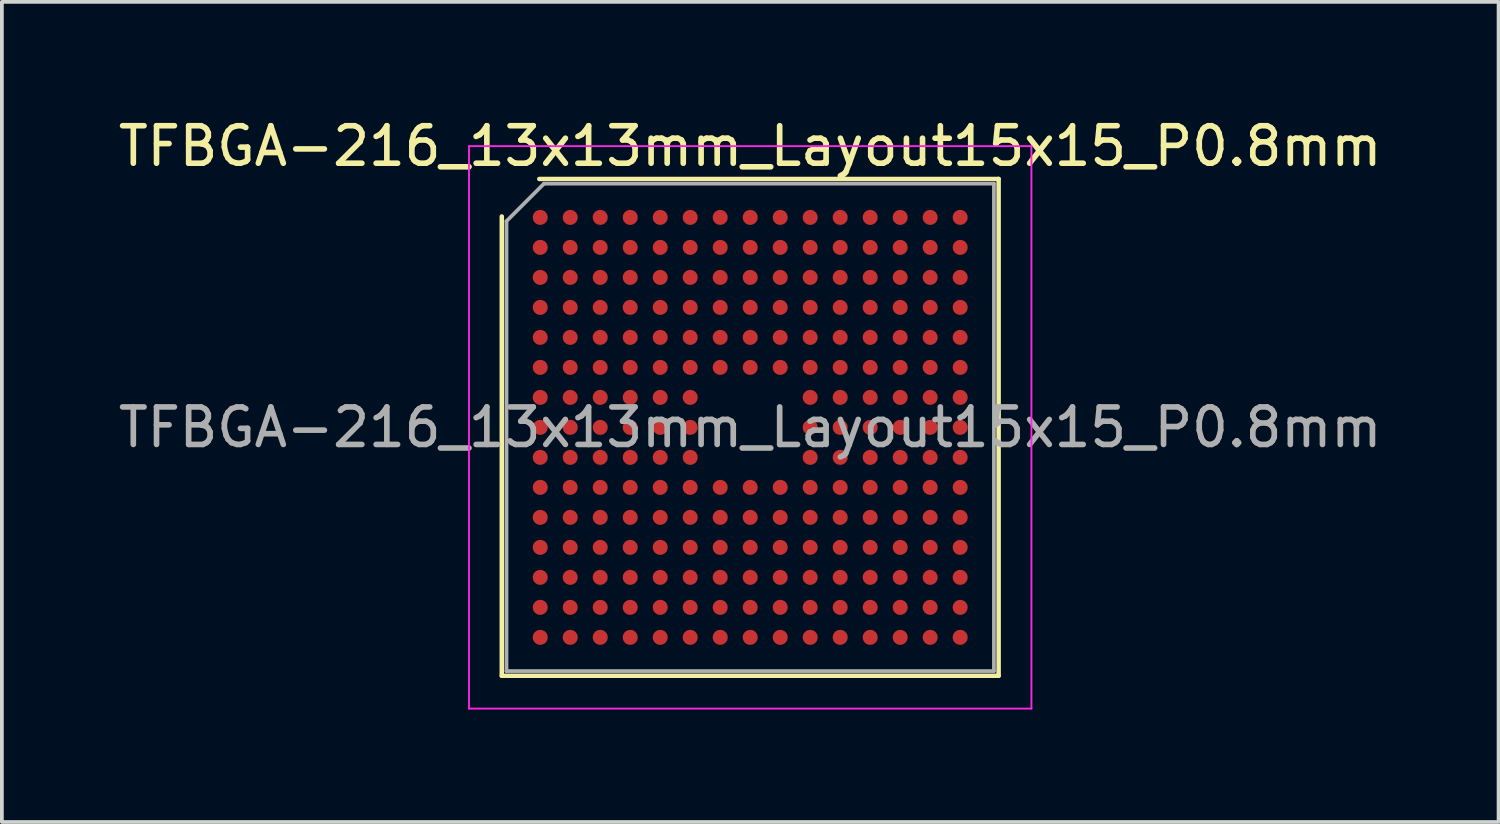
<source format=kicad_pcb>
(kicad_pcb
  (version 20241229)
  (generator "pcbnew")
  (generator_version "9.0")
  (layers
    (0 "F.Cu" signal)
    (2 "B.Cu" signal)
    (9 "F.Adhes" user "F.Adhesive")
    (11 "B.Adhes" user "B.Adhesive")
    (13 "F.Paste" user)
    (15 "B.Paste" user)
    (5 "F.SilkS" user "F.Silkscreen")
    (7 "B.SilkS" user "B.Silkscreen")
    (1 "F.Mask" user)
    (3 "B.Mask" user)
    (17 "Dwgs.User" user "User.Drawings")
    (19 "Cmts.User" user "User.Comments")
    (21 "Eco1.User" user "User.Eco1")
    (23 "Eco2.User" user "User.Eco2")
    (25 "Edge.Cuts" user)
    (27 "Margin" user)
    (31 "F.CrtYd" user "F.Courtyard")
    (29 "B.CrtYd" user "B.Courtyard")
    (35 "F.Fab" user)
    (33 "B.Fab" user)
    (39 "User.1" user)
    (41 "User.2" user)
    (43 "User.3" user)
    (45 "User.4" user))
  (footprint "TFBGA-216_13x13mm_Layout15x15_P0.8mm"
    (layer "F.Cu")
    (at 16.958 8.348)
    (property "Reference" "TFBGA-216_13x13mm_Layout15x15_P0.8mm" (at 0 -7.5 0) (layer "F.SilkS") (effects (font (size 1 1) (thickness 0.15))))
    (attr smd)
    (fp_line (start -6.625 6.625) (end -6.625 -5.625) (stroke (width 0.12) (type solid)) (layer "F.SilkS"))
    (fp_line (start -5.625 -6.625) (end 6.625 -6.625) (stroke (width 0.12) (type solid)) (layer "F.SilkS"))
    (fp_line (start 6.625 -6.625) (end 6.625 6.625) (stroke (width 0.12) (type solid)) (layer "F.SilkS"))
    (fp_line (start 6.625 6.625) (end -6.625 6.625) (stroke (width 0.12) (type solid)) (layer "F.SilkS"))
    (fp_line (start -7.5 -7.5) (end -7.5 7.5) (stroke (width 0.05) (type solid)) (layer "F.CrtYd"))
    (fp_line (start -7.5 7.5) (end 7.5 7.5) (stroke (width 0.05) (type solid)) (layer "F.CrtYd"))
    (fp_line (start 7.5 -7.5) (end -7.5 -7.5) (stroke (width 0.05) (type solid)) (layer "F.CrtYd"))
    (fp_line (start 7.5 7.5) (end 7.5 -7.5) (stroke (width 0.05) (type solid)) (layer "F.CrtYd"))
    (fp_line (start -6.5 -5.5) (end -5.5 -6.5) (stroke (width 0.1) (type solid)) (layer "F.Fab"))
    (fp_line (start -6.5 6.5) (end -6.5 -5.5) (stroke (width 0.1) (type solid)) (layer "F.Fab"))
    (fp_line (start -5.5 -6.5) (end 6.5 -6.5) (stroke (width 0.1) (type solid)) (layer "F.Fab"))
    (fp_line (start 6.5 -6.5) (end 6.5 6.5) (stroke (width 0.1) (type solid)) (layer "F.Fab"))
    (fp_line (start 6.5 6.5) (end -6.5 6.5) (stroke (width 0.1) (type solid)) (layer "F.Fab"))
    (fp_text user "${REFERENCE}" (at 0 0 0) (layer "F.Fab") (effects (font (size 1 1) (thickness 0.15))))
    (pad "A1" smd circle (at -5.6 -5.6) (size 0.4 0.4) (layers "F.Cu" "F.Mask" "F.Paste"))
    (pad "A2" smd circle (at -4.8 -5.6) (size 0.4 0.4) (layers "F.Cu" "F.Mask" "F.Paste"))
    (pad "A3" smd circle (at -4 -5.6) (size 0.4 0.4) (layers "F.Cu" "F.Mask" "F.Paste"))
    (pad "A4" smd circle (at -3.2 -5.6) (size 0.4 0.4) (layers "F.Cu" "F.Mask" "F.Paste"))
    (pad "A5" smd circle (at -2.4 -5.6) (size 0.4 0.4) (layers "F.Cu" "F.Mask" "F.Paste"))
    (pad "A6" smd circle (at -1.6 -5.6) (size 0.4 0.4) (layers "F.Cu" "F.Mask" "F.Paste"))
    (pad "A7" smd circle (at -0.8 -5.6) (size 0.4 0.4) (layers "F.Cu" "F.Mask" "F.Paste"))
    (pad "A8" smd circle (at 0 -5.6) (size 0.4 0.4) (layers "F.Cu" "F.Mask" "F.Paste"))
    (pad "A9" smd circle (at 0.8 -5.6) (size 0.4 0.4) (layers "F.Cu" "F.Mask" "F.Paste"))
    (pad "A10" smd circle (at 1.6 -5.6) (size 0.4 0.4) (layers "F.Cu" "F.Mask" "F.Paste"))
    (pad "A11" smd circle (at 2.4 -5.6) (size 0.4 0.4) (layers "F.Cu" "F.Mask" "F.Paste"))
    (pad "A12" smd circle (at 3.2 -5.6) (size 0.4 0.4) (layers "F.Cu" "F.Mask" "F.Paste"))
    (pad "A13" smd circle (at 4 -5.6) (size 0.4 0.4) (layers "F.Cu" "F.Mask" "F.Paste"))
    (pad "A14" smd circle (at 4.8 -5.6) (size 0.4 0.4) (layers "F.Cu" "F.Mask" "F.Paste"))
    (pad "A15" smd circle (at 5.6 -5.6) (size 0.4 0.4) (layers "F.Cu" "F.Mask" "F.Paste"))
    (pad "B1" smd circle (at -5.6 -4.8) (size 0.4 0.4) (layers "F.Cu" "F.Mask" "F.Paste"))
    (pad "B2" smd circle (at -4.8 -4.8) (size 0.4 0.4) (layers "F.Cu" "F.Mask" "F.Paste"))
    (pad "B3" smd circle (at -4 -4.8) (size 0.4 0.4) (layers "F.Cu" "F.Mask" "F.Paste"))
    (pad "B4" smd circle (at -3.2 -4.8) (size 0.4 0.4) (layers "F.Cu" "F.Mask" "F.Paste"))
    (pad "B5" smd circle (at -2.4 -4.8) (size 0.4 0.4) (layers "F.Cu" "F.Mask" "F.Paste"))
    (pad "B6" smd circle (at -1.6 -4.8) (size 0.4 0.4) (layers "F.Cu" "F.Mask" "F.Paste"))
    (pad "B7" smd circle (at -0.8 -4.8) (size 0.4 0.4) (layers "F.Cu" "F.Mask" "F.Paste"))
    (pad "B8" smd circle (at 0 -4.8) (size 0.4 0.4) (layers "F.Cu" "F.Mask" "F.Paste"))
    (pad "B9" smd circle (at 0.8 -4.8) (size 0.4 0.4) (layers "F.Cu" "F.Mask" "F.Paste"))
    (pad "B10" smd circle (at 1.6 -4.8) (size 0.4 0.4) (layers "F.Cu" "F.Mask" "F.Paste"))
    (pad "B11" smd circle (at 2.4 -4.8) (size 0.4 0.4) (layers "F.Cu" "F.Mask" "F.Paste"))
    (pad "B12" smd circle (at 3.2 -4.8) (size 0.4 0.4) (layers "F.Cu" "F.Mask" "F.Paste"))
    (pad "B13" smd circle (at 4 -4.8) (size 0.4 0.4) (layers "F.Cu" "F.Mask" "F.Paste"))
    (pad "B14" smd circle (at 4.8 -4.8) (size 0.4 0.4) (layers "F.Cu" "F.Mask" "F.Paste"))
    (pad "B15" smd circle (at 5.6 -4.8) (size 0.4 0.4) (layers "F.Cu" "F.Mask" "F.Paste"))
    (pad "C1" smd circle (at -5.6 -4) (size 0.4 0.4) (layers "F.Cu" "F.Mask" "F.Paste"))
    (pad "C2" smd circle (at -4.8 -4) (size 0.4 0.4) (layers "F.Cu" "F.Mask" "F.Paste"))
    (pad "C3" smd circle (at -4 -4) (size 0.4 0.4) (layers "F.Cu" "F.Mask" "F.Paste"))
    (pad "C4" smd circle (at -3.2 -4) (size 0.4 0.4) (layers "F.Cu" "F.Mask" "F.Paste"))
    (pad "C5" smd circle (at -2.4 -4) (size 0.4 0.4) (layers "F.Cu" "F.Mask" "F.Paste"))
    (pad "C6" smd circle (at -1.6 -4) (size 0.4 0.4) (layers "F.Cu" "F.Mask" "F.Paste"))
    (pad "C7" smd circle (at -0.8 -4) (size 0.4 0.4) (layers "F.Cu" "F.Mask" "F.Paste"))
    (pad "C8" smd circle (at 0 -4) (size 0.4 0.4) (layers "F.Cu" "F.Mask" "F.Paste"))
    (pad "C9" smd circle (at 0.8 -4) (size 0.4 0.4) (layers "F.Cu" "F.Mask" "F.Paste"))
    (pad "C10" smd circle (at 1.6 -4) (size 0.4 0.4) (layers "F.Cu" "F.Mask" "F.Paste"))
    (pad "C11" smd circle (at 2.4 -4) (size 0.4 0.4) (layers "F.Cu" "F.Mask" "F.Paste"))
    (pad "C12" smd circle (at 3.2 -4) (size 0.4 0.4) (layers "F.Cu" "F.Mask" "F.Paste"))
    (pad "C13" smd circle (at 4 -4) (size 0.4 0.4) (layers "F.Cu" "F.Mask" "F.Paste"))
    (pad "C14" smd circle (at 4.8 -4) (size 0.4 0.4) (layers "F.Cu" "F.Mask" "F.Paste"))
    (pad "C15" smd circle (at 5.6 -4) (size 0.4 0.4) (layers "F.Cu" "F.Mask" "F.Paste"))
    (pad "D1" smd circle (at -5.6 -3.2) (size 0.4 0.4) (layers "F.Cu" "F.Mask" "F.Paste"))
    (pad "D2" smd circle (at -4.8 -3.2) (size 0.4 0.4) (layers "F.Cu" "F.Mask" "F.Paste"))
    (pad "D3" smd circle (at -4 -3.2) (size 0.4 0.4) (layers "F.Cu" "F.Mask" "F.Paste"))
    (pad "D4" smd circle (at -3.2 -3.2) (size 0.4 0.4) (layers "F.Cu" "F.Mask" "F.Paste"))
    (pad "D5" smd circle (at -2.4 -3.2) (size 0.4 0.4) (layers "F.Cu" "F.Mask" "F.Paste"))
    (pad "D6" smd circle (at -1.6 -3.2) (size 0.4 0.4) (layers "F.Cu" "F.Mask" "F.Paste"))
    (pad "D7" smd circle (at -0.8 -3.2) (size 0.4 0.4) (layers "F.Cu" "F.Mask" "F.Paste"))
    (pad "D8" smd circle (at 0 -3.2) (size 0.4 0.4) (layers "F.Cu" "F.Mask" "F.Paste"))
    (pad "D9" smd circle (at 0.8 -3.2) (size 0.4 0.4) (layers "F.Cu" "F.Mask" "F.Paste"))
    (pad "D10" smd circle (at 1.6 -3.2) (size 0.4 0.4) (layers "F.Cu" "F.Mask" "F.Paste"))
    (pad "D11" smd circle (at 2.4 -3.2) (size 0.4 0.4) (layers "F.Cu" "F.Mask" "F.Paste"))
    (pad "D12" smd circle (at 3.2 -3.2) (size 0.4 0.4) (layers "F.Cu" "F.Mask" "F.Paste"))
    (pad "D13" smd circle (at 4 -3.2) (size 0.4 0.4) (layers "F.Cu" "F.Mask" "F.Paste"))
    (pad "D14" smd circle (at 4.8 -3.2) (size 0.4 0.4) (layers "F.Cu" "F.Mask" "F.Paste"))
    (pad "D15" smd circle (at 5.6 -3.2) (size 0.4 0.4) (layers "F.Cu" "F.Mask" "F.Paste"))
    (pad "E1" smd circle (at -5.6 -2.4) (size 0.4 0.4) (layers "F.Cu" "F.Mask" "F.Paste"))
    (pad "E2" smd circle (at -4.8 -2.4) (size 0.4 0.4) (layers "F.Cu" "F.Mask" "F.Paste"))
    (pad "E3" smd circle (at -4 -2.4) (size 0.4 0.4) (layers "F.Cu" "F.Mask" "F.Paste"))
    (pad "E4" smd circle (at -3.2 -2.4) (size 0.4 0.4) (layers "F.Cu" "F.Mask" "F.Paste"))
    (pad "E5" smd circle (at -2.4 -2.4) (size 0.4 0.4) (layers "F.Cu" "F.Mask" "F.Paste"))
    (pad "E6" smd circle (at -1.6 -2.4) (size 0.4 0.4) (layers "F.Cu" "F.Mask" "F.Paste"))
    (pad "E7" smd circle (at -0.8 -2.4) (size 0.4 0.4) (layers "F.Cu" "F.Mask" "F.Paste"))
    (pad "E8" smd circle (at 0 -2.4) (size 0.4 0.4) (layers "F.Cu" "F.Mask" "F.Paste"))
    (pad "E9" smd circle (at 0.8 -2.4) (size 0.4 0.4) (layers "F.Cu" "F.Mask" "F.Paste"))
    (pad "E10" smd circle (at 1.6 -2.4) (size 0.4 0.4) (layers "F.Cu" "F.Mask" "F.Paste"))
    (pad "E11" smd circle (at 2.4 -2.4) (size 0.4 0.4) (layers "F.Cu" "F.Mask" "F.Paste"))
    (pad "E12" smd circle (at 3.2 -2.4) (size 0.4 0.4) (layers "F.Cu" "F.Mask" "F.Paste"))
    (pad "E13" smd circle (at 4 -2.4) (size 0.4 0.4) (layers "F.Cu" "F.Mask" "F.Paste"))
    (pad "E14" smd circle (at 4.8 -2.4) (size 0.4 0.4) (layers "F.Cu" "F.Mask" "F.Paste"))
    (pad "E15" smd circle (at 5.6 -2.4) (size 0.4 0.4) (layers "F.Cu" "F.Mask" "F.Paste"))
    (pad "F1" smd circle (at -5.6 -1.6) (size 0.4 0.4) (layers "F.Cu" "F.Mask" "F.Paste"))
    (pad "F2" smd circle (at -4.8 -1.6) (size 0.4 0.4) (layers "F.Cu" "F.Mask" "F.Paste"))
    (pad "F3" smd circle (at -4 -1.6) (size 0.4 0.4) (layers "F.Cu" "F.Mask" "F.Paste"))
    (pad "F4" smd circle (at -3.2 -1.6) (size 0.4 0.4) (layers "F.Cu" "F.Mask" "F.Paste"))
    (pad "F5" smd circle (at -2.4 -1.6) (size 0.4 0.4) (layers "F.Cu" "F.Mask" "F.Paste"))
    (pad "F6" smd circle (at -1.6 -1.6) (size 0.4 0.4) (layers "F.Cu" "F.Mask" "F.Paste"))
    (pad "F7" smd circle (at -0.8 -1.6) (size 0.4 0.4) (layers "F.Cu" "F.Mask" "F.Paste"))
    (pad "F8" smd circle (at 0 -1.6) (size 0.4 0.4) (layers "F.Cu" "F.Mask" "F.Paste"))
    (pad "F9" smd circle (at 0.8 -1.6) (size 0.4 0.4) (layers "F.Cu" "F.Mask" "F.Paste"))
    (pad "F10" smd circle (at 1.6 -1.6) (size 0.4 0.4) (layers "F.Cu" "F.Mask" "F.Paste"))
    (pad "F11" smd circle (at 2.4 -1.6) (size 0.4 0.4) (layers "F.Cu" "F.Mask" "F.Paste"))
    (pad "F12" smd circle (at 3.2 -1.6) (size 0.4 0.4) (layers "F.Cu" "F.Mask" "F.Paste"))
    (pad "F13" smd circle (at 4 -1.6) (size 0.4 0.4) (layers "F.Cu" "F.Mask" "F.Paste"))
    (pad "F14" smd circle (at 4.8 -1.6) (size 0.4 0.4) (layers "F.Cu" "F.Mask" "F.Paste"))
    (pad "F15" smd circle (at 5.6 -1.6) (size 0.4 0.4) (layers "F.Cu" "F.Mask" "F.Paste"))
    (pad "G1" smd circle (at -5.6 -0.8) (size 0.4 0.4) (layers "F.Cu" "F.Mask" "F.Paste"))
    (pad "G2" smd circle (at -4.8 -0.8) (size 0.4 0.4) (layers "F.Cu" "F.Mask" "F.Paste"))
    (pad "G3" smd circle (at -4 -0.8) (size 0.4 0.4) (layers "F.Cu" "F.Mask" "F.Paste"))
    (pad "G4" smd circle (at -3.2 -0.8) (size 0.4 0.4) (layers "F.Cu" "F.Mask" "F.Paste"))
    (pad "G5" smd circle (at -2.4 -0.8) (size 0.4 0.4) (layers "F.Cu" "F.Mask" "F.Paste"))
    (pad "G6" smd circle (at -1.6 -0.8) (size 0.4 0.4) (layers "F.Cu" "F.Mask" "F.Paste"))
    (pad "G10" smd circle (at 1.6 -0.8) (size 0.4 0.4) (layers "F.Cu" "F.Mask" "F.Paste"))
    (pad "G11" smd circle (at 2.4 -0.8) (size 0.4 0.4) (layers "F.Cu" "F.Mask" "F.Paste"))
    (pad "G12" smd circle (at 3.2 -0.8) (size 0.4 0.4) (layers "F.Cu" "F.Mask" "F.Paste"))
    (pad "G13" smd circle (at 4 -0.8) (size 0.4 0.4) (layers "F.Cu" "F.Mask" "F.Paste"))
    (pad "G14" smd circle (at 4.8 -0.8) (size 0.4 0.4) (layers "F.Cu" "F.Mask" "F.Paste"))
    (pad "G15" smd circle (at 5.6 -0.8) (size 0.4 0.4) (layers "F.Cu" "F.Mask" "F.Paste"))
    (pad "H1" smd circle (at -5.6 0) (size 0.4 0.4) (layers "F.Cu" "F.Mask" "F.Paste"))
    (pad "H2" smd circle (at -4.8 0) (size 0.4 0.4) (layers "F.Cu" "F.Mask" "F.Paste"))
    (pad "H3" smd circle (at -4 0) (size 0.4 0.4) (layers "F.Cu" "F.Mask" "F.Paste"))
    (pad "H4" smd circle (at -3.2 0) (size 0.4 0.4) (layers "F.Cu" "F.Mask" "F.Paste"))
    (pad "H5" smd circle (at -2.4 0) (size 0.4 0.4) (layers "F.Cu" "F.Mask" "F.Paste"))
    (pad "H6" smd circle (at -1.6 0) (size 0.4 0.4) (layers "F.Cu" "F.Mask" "F.Paste"))
    (pad "H10" smd circle (at 1.6 0) (size 0.4 0.4) (layers "F.Cu" "F.Mask" "F.Paste"))
    (pad "H11" smd circle (at 2.4 0) (size 0.4 0.4) (layers "F.Cu" "F.Mask" "F.Paste"))
    (pad "H12" smd circle (at 3.2 0) (size 0.4 0.4) (layers "F.Cu" "F.Mask" "F.Paste"))
    (pad "H13" smd circle (at 4 0) (size 0.4 0.4) (layers "F.Cu" "F.Mask" "F.Paste"))
    (pad "H14" smd circle (at 4.8 0) (size 0.4 0.4) (layers "F.Cu" "F.Mask" "F.Paste"))
    (pad "H15" smd circle (at 5.6 0) (size 0.4 0.4) (layers "F.Cu" "F.Mask" "F.Paste"))
    (pad "J1" smd circle (at -5.6 0.8) (size 0.4 0.4) (layers "F.Cu" "F.Mask" "F.Paste"))
    (pad "J2" smd circle (at -4.8 0.8) (size 0.4 0.4) (layers "F.Cu" "F.Mask" "F.Paste"))
    (pad "J3" smd circle (at -4 0.8) (size 0.4 0.4) (layers "F.Cu" "F.Mask" "F.Paste"))
    (pad "J4" smd circle (at -3.2 0.8) (size 0.4 0.4) (layers "F.Cu" "F.Mask" "F.Paste"))
    (pad "J5" smd circle (at -2.4 0.8) (size 0.4 0.4) (layers "F.Cu" "F.Mask" "F.Paste"))
    (pad "J6" smd circle (at -1.6 0.8) (size 0.4 0.4) (layers "F.Cu" "F.Mask" "F.Paste"))
    (pad "J10" smd circle (at 1.6 0.8) (size 0.4 0.4) (layers "F.Cu" "F.Mask" "F.Paste"))
    (pad "J11" smd circle (at 2.4 0.8) (size 0.4 0.4) (layers "F.Cu" "F.Mask" "F.Paste"))
    (pad "J12" smd circle (at 3.2 0.8) (size 0.4 0.4) (layers "F.Cu" "F.Mask" "F.Paste"))
    (pad "J13" smd circle (at 4 0.8) (size 0.4 0.4) (layers "F.Cu" "F.Mask" "F.Paste"))
    (pad "J14" smd circle (at 4.8 0.8) (size 0.4 0.4) (layers "F.Cu" "F.Mask" "F.Paste"))
    (pad "J15" smd circle (at 5.6 0.8) (size 0.4 0.4) (layers "F.Cu" "F.Mask" "F.Paste"))
    (pad "K1" smd circle (at -5.6 1.6) (size 0.4 0.4) (layers "F.Cu" "F.Mask" "F.Paste"))
    (pad "K2" smd circle (at -4.8 1.6) (size 0.4 0.4) (layers "F.Cu" "F.Mask" "F.Paste"))
    (pad "K3" smd circle (at -4 1.6) (size 0.4 0.4) (layers "F.Cu" "F.Mask" "F.Paste"))
    (pad "K4" smd circle (at -3.2 1.6) (size 0.4 0.4) (layers "F.Cu" "F.Mask" "F.Paste"))
    (pad "K5" smd circle (at -2.4 1.6) (size 0.4 0.4) (layers "F.Cu" "F.Mask" "F.Paste"))
    (pad "K6" smd circle (at -1.6 1.6) (size 0.4 0.4) (layers "F.Cu" "F.Mask" "F.Paste"))
    (pad "K7" smd circle (at -0.8 1.6) (size 0.4 0.4) (layers "F.Cu" "F.Mask" "F.Paste"))
    (pad "K8" smd circle (at 0 1.6) (size 0.4 0.4) (layers "F.Cu" "F.Mask" "F.Paste"))
    (pad "K9" smd circle (at 0.8 1.6) (size 0.4 0.4) (layers "F.Cu" "F.Mask" "F.Paste"))
    (pad "K10" smd circle (at 1.6 1.6) (size 0.4 0.4) (layers "F.Cu" "F.Mask" "F.Paste"))
    (pad "K11" smd circle (at 2.4 1.6) (size 0.4 0.4) (layers "F.Cu" "F.Mask" "F.Paste"))
    (pad "K12" smd circle (at 3.2 1.6) (size 0.4 0.4) (layers "F.Cu" "F.Mask" "F.Paste"))
    (pad "K13" smd circle (at 4 1.6) (size 0.4 0.4) (layers "F.Cu" "F.Mask" "F.Paste"))
    (pad "K14" smd circle (at 4.8 1.6) (size 0.4 0.4) (layers "F.Cu" "F.Mask" "F.Paste"))
    (pad "K15" smd circle (at 5.6 1.6) (size 0.4 0.4) (layers "F.Cu" "F.Mask" "F.Paste"))
    (pad "L1" smd circle (at -5.6 2.4) (size 0.4 0.4) (layers "F.Cu" "F.Mask" "F.Paste"))
    (pad "L2" smd circle (at -4.8 2.4) (size 0.4 0.4) (layers "F.Cu" "F.Mask" "F.Paste"))
    (pad "L3" smd circle (at -4 2.4) (size 0.4 0.4) (layers "F.Cu" "F.Mask" "F.Paste"))
    (pad "L4" smd circle (at -3.2 2.4) (size 0.4 0.4) (layers "F.Cu" "F.Mask" "F.Paste"))
    (pad "L5" smd circle (at -2.4 2.4) (size 0.4 0.4) (layers "F.Cu" "F.Mask" "F.Paste"))
    (pad "L6" smd circle (at -1.6 2.4) (size 0.4 0.4) (layers "F.Cu" "F.Mask" "F.Paste"))
    (pad "L7" smd circle (at -0.8 2.4) (size 0.4 0.4) (layers "F.Cu" "F.Mask" "F.Paste"))
    (pad "L8" smd circle (at 0 2.4) (size 0.4 0.4) (layers "F.Cu" "F.Mask" "F.Paste"))
    (pad "L9" smd circle (at 0.8 2.4) (size 0.4 0.4) (layers "F.Cu" "F.Mask" "F.Paste"))
    (pad "L10" smd circle (at 1.6 2.4) (size 0.4 0.4) (layers "F.Cu" "F.Mask" "F.Paste"))
    (pad "L11" smd circle (at 2.4 2.4) (size 0.4 0.4) (layers "F.Cu" "F.Mask" "F.Paste"))
    (pad "L12" smd circle (at 3.2 2.4) (size 0.4 0.4) (layers "F.Cu" "F.Mask" "F.Paste"))
    (pad "L13" smd circle (at 4 2.4) (size 0.4 0.4) (layers "F.Cu" "F.Mask" "F.Paste"))
    (pad "L14" smd circle (at 4.8 2.4) (size 0.4 0.4) (layers "F.Cu" "F.Mask" "F.Paste"))
    (pad "L15" smd circle (at 5.6 2.4) (size 0.4 0.4) (layers "F.Cu" "F.Mask" "F.Paste"))
    (pad "M1" smd circle (at -5.6 3.2) (size 0.4 0.4) (layers "F.Cu" "F.Mask" "F.Paste"))
    (pad "M2" smd circle (at -4.8 3.2) (size 0.4 0.4) (layers "F.Cu" "F.Mask" "F.Paste"))
    (pad "M3" smd circle (at -4 3.2) (size 0.4 0.4) (layers "F.Cu" "F.Mask" "F.Paste"))
    (pad "M4" smd circle (at -3.2 3.2) (size 0.4 0.4) (layers "F.Cu" "F.Mask" "F.Paste"))
    (pad "M5" smd circle (at -2.4 3.2) (size 0.4 0.4) (layers "F.Cu" "F.Mask" "F.Paste"))
    (pad "M6" smd circle (at -1.6 3.2) (size 0.4 0.4) (layers "F.Cu" "F.Mask" "F.Paste"))
    (pad "M7" smd circle (at -0.8 3.2) (size 0.4 0.4) (layers "F.Cu" "F.Mask" "F.Paste"))
    (pad "M8" smd circle (at 0 3.2) (size 0.4 0.4) (layers "F.Cu" "F.Mask" "F.Paste"))
    (pad "M9" smd circle (at 0.8 3.2) (size 0.4 0.4) (layers "F.Cu" "F.Mask" "F.Paste"))
    (pad "M10" smd circle (at 1.6 3.2) (size 0.4 0.4) (layers "F.Cu" "F.Mask" "F.Paste"))
    (pad "M11" smd circle (at 2.4 3.2) (size 0.4 0.4) (layers "F.Cu" "F.Mask" "F.Paste"))
    (pad "M12" smd circle (at 3.2 3.2) (size 0.4 0.4) (layers "F.Cu" "F.Mask" "F.Paste"))
    (pad "M13" smd circle (at 4 3.2) (size 0.4 0.4) (layers "F.Cu" "F.Mask" "F.Paste"))
    (pad "M14" smd circle (at 4.8 3.2) (size 0.4 0.4) (layers "F.Cu" "F.Mask" "F.Paste"))
    (pad "M15" smd circle (at 5.6 3.2) (size 0.4 0.4) (layers "F.Cu" "F.Mask" "F.Paste"))
    (pad "N1" smd circle (at -5.6 4) (size 0.4 0.4) (layers "F.Cu" "F.Mask" "F.Paste"))
    (pad "N2" smd circle (at -4.8 4) (size 0.4 0.4) (layers "F.Cu" "F.Mask" "F.Paste"))
    (pad "N3" smd circle (at -4 4) (size 0.4 0.4) (layers "F.Cu" "F.Mask" "F.Paste"))
    (pad "N4" smd circle (at -3.2 4) (size 0.4 0.4) (layers "F.Cu" "F.Mask" "F.Paste"))
    (pad "N5" smd circle (at -2.4 4) (size 0.4 0.4) (layers "F.Cu" "F.Mask" "F.Paste"))
    (pad "N6" smd circle (at -1.6 4) (size 0.4 0.4) (layers "F.Cu" "F.Mask" "F.Paste"))
    (pad "N7" smd circle (at -0.8 4) (size 0.4 0.4) (layers "F.Cu" "F.Mask" "F.Paste"))
    (pad "N8" smd circle (at 0 4) (size 0.4 0.4) (layers "F.Cu" "F.Mask" "F.Paste"))
    (pad "N9" smd circle (at 0.8 4) (size 0.4 0.4) (layers "F.Cu" "F.Mask" "F.Paste"))
    (pad "N10" smd circle (at 1.6 4) (size 0.4 0.4) (layers "F.Cu" "F.Mask" "F.Paste"))
    (pad "N11" smd circle (at 2.4 4) (size 0.4 0.4) (layers "F.Cu" "F.Mask" "F.Paste"))
    (pad "N12" smd circle (at 3.2 4) (size 0.4 0.4) (layers "F.Cu" "F.Mask" "F.Paste"))
    (pad "N13" smd circle (at 4 4) (size 0.4 0.4) (layers "F.Cu" "F.Mask" "F.Paste"))
    (pad "N14" smd circle (at 4.8 4) (size 0.4 0.4) (layers "F.Cu" "F.Mask" "F.Paste"))
    (pad "N15" smd circle (at 5.6 4) (size 0.4 0.4) (layers "F.Cu" "F.Mask" "F.Paste"))
    (pad "P1" smd circle (at -5.6 4.8) (size 0.4 0.4) (layers "F.Cu" "F.Mask" "F.Paste"))
    (pad "P2" smd circle (at -4.8 4.8) (size 0.4 0.4) (layers "F.Cu" "F.Mask" "F.Paste"))
    (pad "P3" smd circle (at -4 4.8) (size 0.4 0.4) (layers "F.Cu" "F.Mask" "F.Paste"))
    (pad "P4" smd circle (at -3.2 4.8) (size 0.4 0.4) (layers "F.Cu" "F.Mask" "F.Paste"))
    (pad "P5" smd circle (at -2.4 4.8) (size 0.4 0.4) (layers "F.Cu" "F.Mask" "F.Paste"))
    (pad "P6" smd circle (at -1.6 4.8) (size 0.4 0.4) (layers "F.Cu" "F.Mask" "F.Paste"))
    (pad "P7" smd circle (at -0.8 4.8) (size 0.4 0.4) (layers "F.Cu" "F.Mask" "F.Paste"))
    (pad "P8" smd circle (at 0 4.8) (size 0.4 0.4) (layers "F.Cu" "F.Mask" "F.Paste"))
    (pad "P9" smd circle (at 0.8 4.8) (size 0.4 0.4) (layers "F.Cu" "F.Mask" "F.Paste"))
    (pad "P10" smd circle (at 1.6 4.8) (size 0.4 0.4) (layers "F.Cu" "F.Mask" "F.Paste"))
    (pad "P11" smd circle (at 2.4 4.8) (size 0.4 0.4) (layers "F.Cu" "F.Mask" "F.Paste"))
    (pad "P12" smd circle (at 3.2 4.8) (size 0.4 0.4) (layers "F.Cu" "F.Mask" "F.Paste"))
    (pad "P13" smd circle (at 4 4.8) (size 0.4 0.4) (layers "F.Cu" "F.Mask" "F.Paste"))
    (pad "P14" smd circle (at 4.8 4.8) (size 0.4 0.4) (layers "F.Cu" "F.Mask" "F.Paste"))
    (pad "P15" smd circle (at 5.6 4.8) (size 0.4 0.4) (layers "F.Cu" "F.Mask" "F.Paste"))
    (pad "R1" smd circle (at -5.6 5.6) (size 0.4 0.4) (layers "F.Cu" "F.Mask" "F.Paste"))
    (pad "R2" smd circle (at -4.8 5.6) (size 0.4 0.4) (layers "F.Cu" "F.Mask" "F.Paste"))
    (pad "R3" smd circle (at -4 5.6) (size 0.4 0.4) (layers "F.Cu" "F.Mask" "F.Paste"))
    (pad "R4" smd circle (at -3.2 5.6) (size 0.4 0.4) (layers "F.Cu" "F.Mask" "F.Paste"))
    (pad "R5" smd circle (at -2.4 5.6) (size 0.4 0.4) (layers "F.Cu" "F.Mask" "F.Paste"))
    (pad "R6" smd circle (at -1.6 5.6) (size 0.4 0.4) (layers "F.Cu" "F.Mask" "F.Paste"))
    (pad "R7" smd circle (at -0.8 5.6) (size 0.4 0.4) (layers "F.Cu" "F.Mask" "F.Paste"))
    (pad "R8" smd circle (at 0 5.6) (size 0.4 0.4) (layers "F.Cu" "F.Mask" "F.Paste"))
    (pad "R9" smd circle (at 0.8 5.6) (size 0.4 0.4) (layers "F.Cu" "F.Mask" "F.Paste"))
    (pad "R10" smd circle (at 1.6 5.6) (size 0.4 0.4) (layers "F.Cu" "F.Mask" "F.Paste"))
    (pad "R11" smd circle (at 2.4 5.6) (size 0.4 0.4) (layers "F.Cu" "F.Mask" "F.Paste"))
    (pad "R12" smd circle (at 3.2 5.6) (size 0.4 0.4) (layers "F.Cu" "F.Mask" "F.Paste"))
    (pad "R13" smd circle (at 4 5.6) (size 0.4 0.4) (layers "F.Cu" "F.Mask" "F.Paste"))
    (pad "R14" smd circle (at 4.8 5.6) (size 0.4 0.4) (layers "F.Cu" "F.Mask" "F.Paste"))
    (pad "R15" smd circle (at 5.6 5.6) (size 0.4 0.4) (layers "F.Cu" "F.Mask" "F.Paste")))
  (gr_rect
    (start -3 -3)
    (end 36.917 18.873)
    (stroke (width 0.1) (type default))
    (fill no)
    (layer "Edge.Cuts")))
</source>
